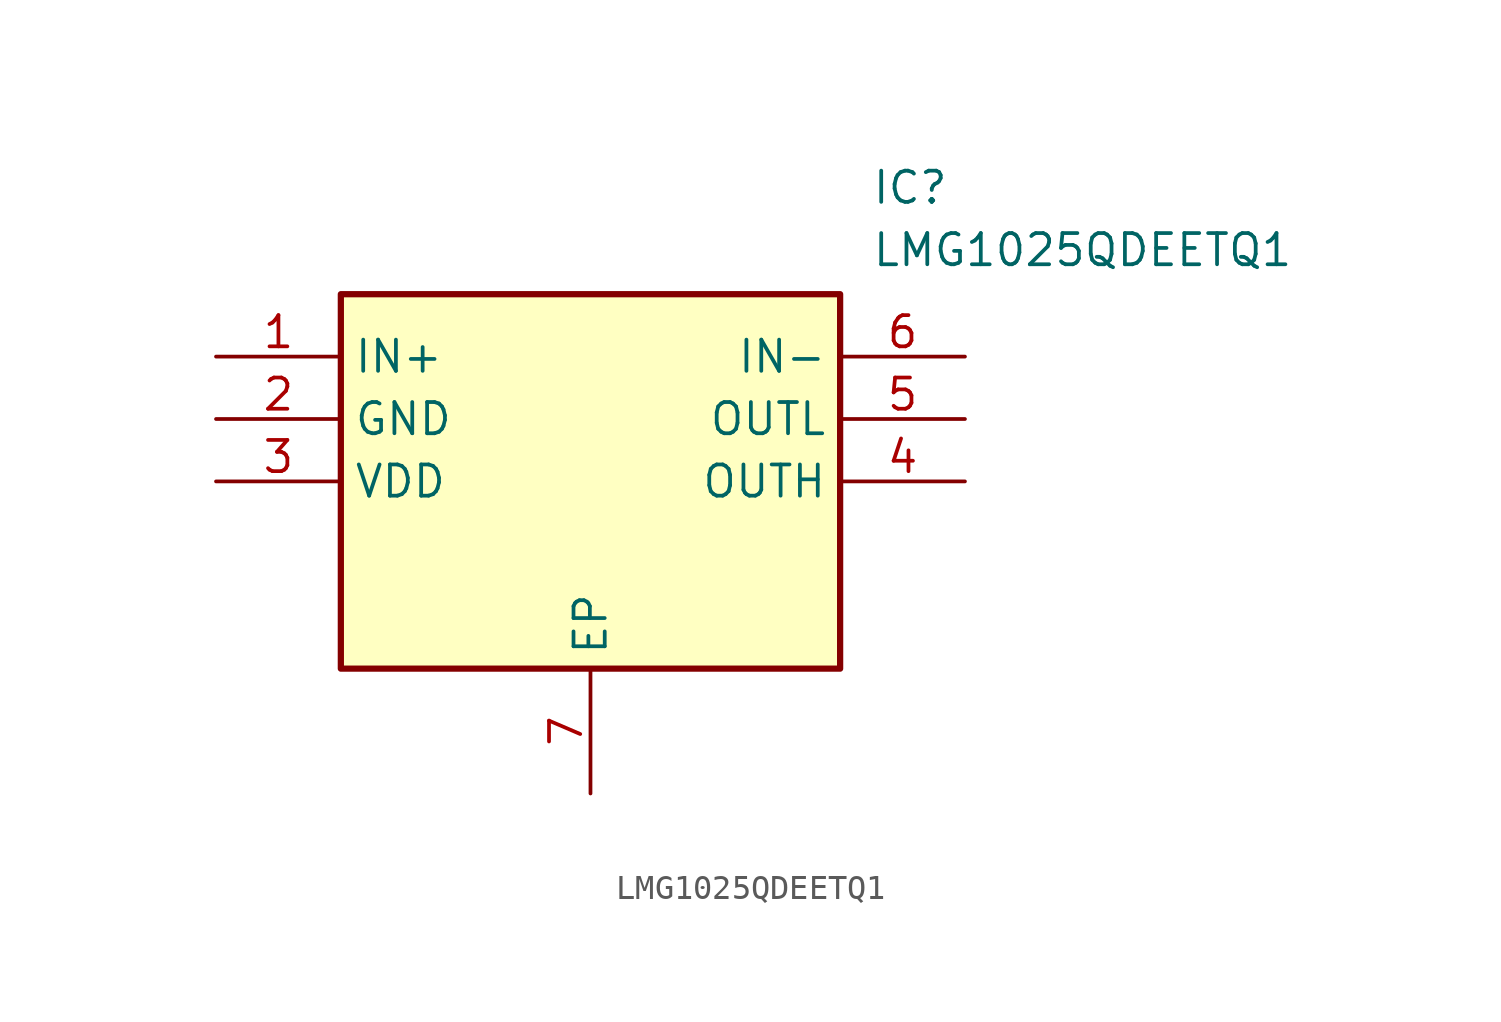
<source format=kicad_sym>
(kicad_symbol_lib
  (version 20211014)
  (generator SamacSys_ECAD_Model)
  (symbol "LMG1025QDEETQ1"
    (property "Reference" "IC"
      (at 26.67 7.62 0)
      (effects (font (size 1.27 1.27)) (justify left top)))
    (property "Value" "LMG1025QDEETQ1"
      (at 26.67 5.08 0)
      (effects (font (size 1.27 1.27)) (justify left top)))
    (rectangle
      (start 5.08 2.54)
      (end 25.4 -12.7)
      (stroke (width 0.254) (type default))
      (fill (type background)))
    (pin passive line
      (at 0 0 0)
      (length 5.08)
      (name "IN+" (effects (font (size 1.27 1.27))))
      (number "1" (effects (font (size 1.27 1.27)))))
    (pin passive line
      (at 0 -2.54 0)
      (length 5.08)
      (name "GND" (effects (font (size 1.27 1.27))))
      (number "2" (effects (font (size 1.27 1.27)))))
    (pin passive line
      (at 0 -5.08 0)
      (length 5.08)
      (name "VDD" (effects (font (size 1.27 1.27))))
      (number "3" (effects (font (size 1.27 1.27)))))
    (pin passive line
      (at 15.24 -17.78 90)
      (length 5.08)
      (name "EP" (effects (font (size 1.27 1.27))))
      (number "7" (effects (font (size 1.27 1.27)))))
    (pin passive line
      (at 30.48 0 180)
      (length 5.08)
      (name "IN-" (effects (font (size 1.27 1.27))))
      (number "6" (effects (font (size 1.27 1.27)))))
    (pin passive line
      (at 30.48 -2.54 180)
      (length 5.08)
      (name "OUTL" (effects (font (size 1.27 1.27))))
      (number "5" (effects (font (size 1.27 1.27)))))
    (pin passive line
      (at 30.48 -5.08 180)
      (length 5.08)
      (name "OUTH" (effects (font (size 1.27 1.27))))
      (number "4" (effects (font (size 1.27 1.27)))))))
</source>
